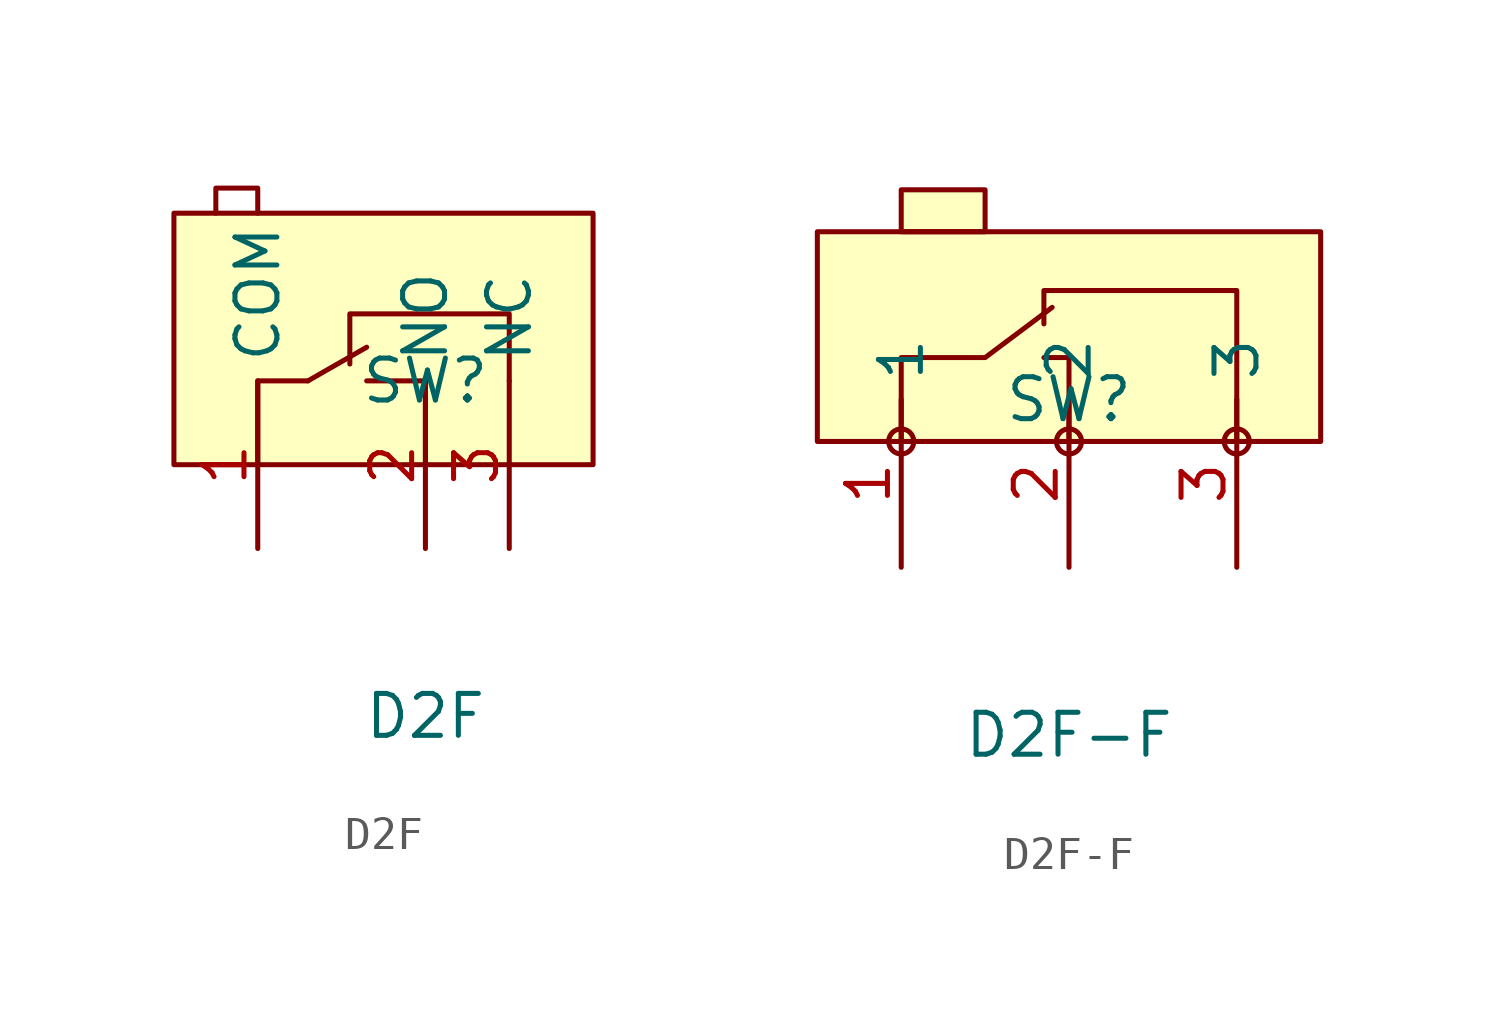
<source format=kicad_sym>
(kicad_symbol_lib
  (version 20211014)
  (generator https://github.com/uPesy/easyeda2kicad.py)
  (symbol "D2F"
    (property "Reference" "SW"
      (at 0 0.00 0)
      (effects (font (size 1.27 1.27))))
    (property "Value" "D2F"
      (at 0 -10.16 0)
      (effects (font (size 1.27 1.27))))
    (symbol "D2F_0_1"
      (rectangle (start -7.62 5.08) (end 5.08 -2.54) (stroke (width 0) (type default) (color 0 0 0 0)) (fill (type background)))
      (polyline (pts (xy 2.54 -0.00) (xy 2.54 2.03) (xy -2.29 2.03) (xy -2.29 0.51)) (stroke (width 0) (type default) (color 0 0 0 0)) (fill (type none)))
      (polyline (pts (xy -1.78 -0.00) (xy 0.00 -0.00) (xy 0.00 -2.54)) (stroke (width 0) (type default) (color 0 0 0 0)) (fill (type none)))
      (polyline (pts (xy -3.56 -0.00) (xy -1.78 1.02)) (stroke (width 0) (type default) (color 0 0 0 0)) (fill (type none)))
      (polyline (pts (xy -5.08 -2.54) (xy -5.08 -0.00) (xy -3.56 -0.00)) (stroke (width 0) (type default) (color 0 0 0 0)) (fill (type none)))
      (polyline (pts (xy -6.35 5.08) (xy -6.35 5.84) (xy -5.08 5.84) (xy -5.08 5.08)) (stroke (width 0) (type default) (color 0 0 0 0)) (fill (type none)))
      (pin unspecified line (at 2.54 -5.08 90) (length 5.08) (name "NC" (effects (font (size 1.27 1.27)))) (number "3" (effects (font (size 1.27 1.27)))))
      (pin unspecified line (at 0.00 -5.08 90) (length 5.08) (name "NO" (effects (font (size 1.27 1.27)))) (number "2" (effects (font (size 1.27 1.27)))))
      (pin unspecified line (at -5.08 -5.08 90) (length 5.08) (name "COM" (effects (font (size 1.27 1.27)))) (number "1" (effects (font (size 1.27 1.27)))))))
  (symbol "D2F-F"
    (property "Reference" "SW"
      (at 0 0.00 0)
      (effects (font (size 1.27 1.27))))
    (property "Value" "D2F-F"
      (at 0 -10.16 0)
      (effects (font (size 1.27 1.27))))
    (symbol "D2F-F_0_1"
      (rectangle (start -7.62 5.08) (end 7.62 -1.27) (stroke (width 0) (type default) (color 0 0 0 0)) (fill (type background)))
      (rectangle (start -5.08 6.35) (end -2.54 5.08) (stroke (width 0) (type default) (color 0 0 0 0)) (fill (type background)))
      (circle (center -5.08 -1.27) (radius 0.38) (stroke (width 0) (type default) (color 0 0 0 0)) (fill (type none)))
      (circle (center 0.00 -1.27) (radius 0.38) (stroke (width 0) (type default) (color 0 0 0 0)) (fill (type none)))
      (circle (center 5.08 -1.27) (radius 0.38) (stroke (width 0) (type default) (color 0 0 0 0)) (fill (type none)))
      (polyline (pts (xy -5.08 -1.27) (xy -5.08 1.27) (xy -2.54 1.27) (xy -0.51 2.79)) (stroke (width 0) (type default) (color 0 0 0 0)) (fill (type none)))
      (polyline (pts (xy 5.08 -1.27) (xy 5.08 3.30) (xy -0.76 3.30) (xy -0.76 2.29)) (stroke (width 0) (type default) (color 0 0 0 0)) (fill (type none)))
      (polyline (pts (xy 0.00 -1.27) (xy 0.00 1.27) (xy -0.76 1.27)) (stroke (width 0) (type default) (color 0 0 0 0)) (fill (type none)))
      (pin unspecified line (at -5.08 -5.08 90) (length 5.08) (name "1" (effects (font (size 1.27 1.27)))) (number "1" (effects (font (size 1.27 1.27)))))
      (pin unspecified line (at 0.00 -5.08 90) (length 5.08) (name "2" (effects (font (size 1.27 1.27)))) (number "2" (effects (font (size 1.27 1.27)))))
      (pin unspecified line (at 5.08 -5.08 90) (length 5.08) (name "3" (effects (font (size 1.27 1.27)))) (number "3" (effects (font (size 1.27 1.27))))))))
</source>
